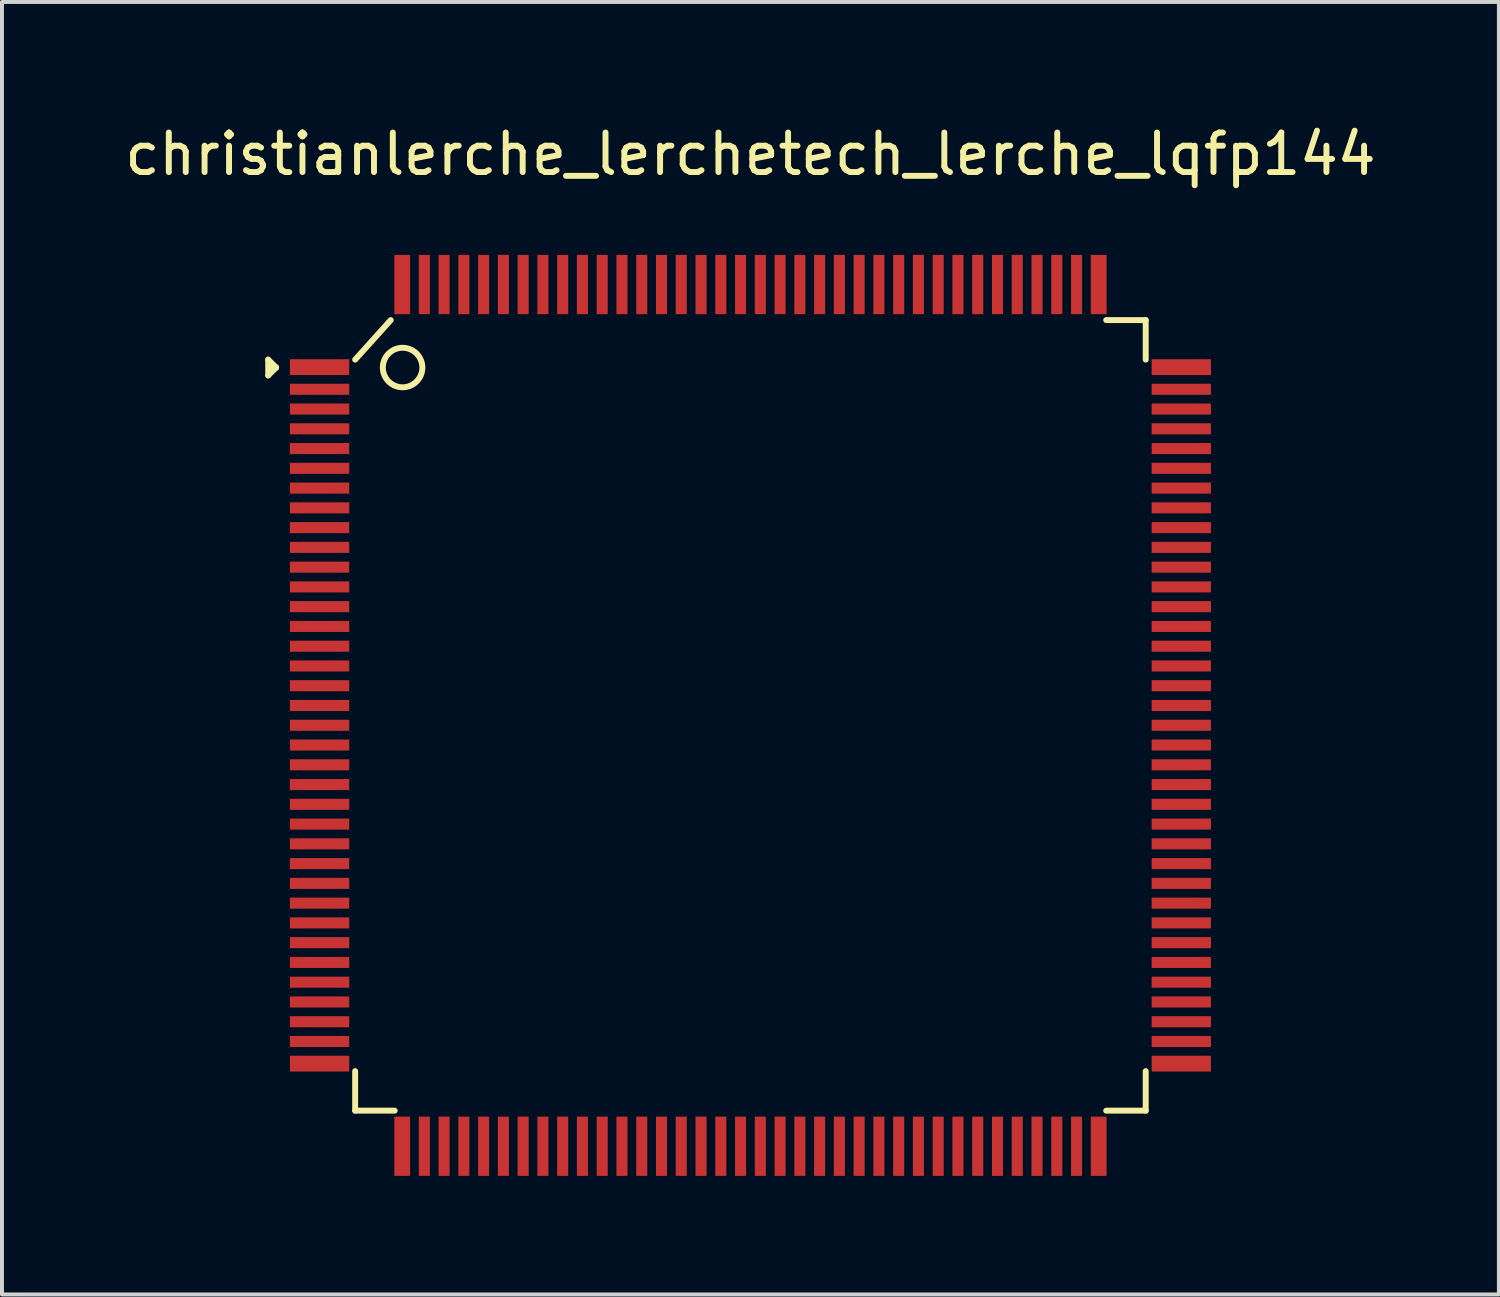
<source format=kicad_pcb>
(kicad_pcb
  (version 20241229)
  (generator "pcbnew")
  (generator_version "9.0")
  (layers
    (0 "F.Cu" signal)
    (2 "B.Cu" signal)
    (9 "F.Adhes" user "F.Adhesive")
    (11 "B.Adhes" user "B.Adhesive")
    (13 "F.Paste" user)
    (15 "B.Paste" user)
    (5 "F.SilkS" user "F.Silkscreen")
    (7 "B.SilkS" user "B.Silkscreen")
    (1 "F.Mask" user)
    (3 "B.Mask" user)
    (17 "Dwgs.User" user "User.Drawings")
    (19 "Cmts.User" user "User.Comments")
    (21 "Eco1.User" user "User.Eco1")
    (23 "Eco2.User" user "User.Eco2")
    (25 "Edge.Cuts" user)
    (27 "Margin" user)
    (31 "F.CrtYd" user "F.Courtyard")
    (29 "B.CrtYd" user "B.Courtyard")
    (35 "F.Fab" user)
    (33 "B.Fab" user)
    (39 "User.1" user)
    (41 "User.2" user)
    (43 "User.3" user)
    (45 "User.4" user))
  (footprint "christianlerche_lerchetech_lerche_lqfp144"
    (layer "F.Cu")
    (at 15.935 15.048)
    (property "Reference" "christianlerche_lerchetech_lerche_lqfp144" (at 0 -14.2 0) (layer "F.SilkS") (effects (font (size 1 1) (thickness 0.15))))
    (attr through_hole)
    (fp_line (start -12.2 -9) (end -12.2 -8.6) (stroke (width 0.15) (type solid)) (layer "F.SilkS"))
    (fp_line (start -12.2 -8.6) (end -12 -8.8) (stroke (width 0.15) (type solid)) (layer "F.SilkS"))
    (fp_line (start -12 -8.8) (end -12.2 -9) (stroke (width 0.15) (type solid)) (layer "F.SilkS"))
    (fp_line (start -12 -8.8) (end -12.1 -8.8) (stroke (width 0.15) (type solid)) (layer "F.SilkS"))
    (fp_line (start -10 -9) (end -9.1 -10) (stroke (width 0.15) (type solid)) (layer "F.SilkS"))
    (fp_line (start -10 10) (end -10 9) (stroke (width 0.15) (type solid)) (layer "F.SilkS"))
    (fp_line (start -10 10) (end -9 10) (stroke (width 0.15) (type solid)) (layer "F.SilkS"))
    (fp_line (start 9 10) (end 10 10) (stroke (width 0.15) (type solid)) (layer "F.SilkS"))
    (fp_line (start 10 -10) (end 9 -10) (stroke (width 0.15) (type solid)) (layer "F.SilkS"))
    (fp_line (start 10 -9) (end 10 -10) (stroke (width 0.15) (type solid)) (layer "F.SilkS"))
    (fp_line (start 10 10) (end 10 9) (stroke (width 0.15) (type solid)) (layer "F.SilkS"))
    (fp_circle (center -8.8 -8.8) (end -8.8 -8.3) (stroke (width 0.15) (type solid)) (fill no) (layer "F.SilkS"))
    (pad "1" smd rect (at -10.9 -8.81) (size 1.5 0.4) (layers "F.Cu" "F.Mask" "F.Paste"))
    (pad "2" smd rect (at -10.9 -8.25) (size 1.5 0.28) (layers "F.Cu" "F.Mask" "F.Paste"))
    (pad "3" smd rect (at -10.9 -7.75) (size 1.5 0.28) (layers "F.Cu" "F.Mask" "F.Paste"))
    (pad "4" smd rect (at -10.9 -7.25) (size 1.5 0.28) (layers "F.Cu" "F.Mask" "F.Paste"))
    (pad "5" smd rect (at -10.9 -6.75) (size 1.5 0.28) (layers "F.Cu" "F.Mask" "F.Paste"))
    (pad "6" smd rect (at -10.9 -6.25) (size 1.5 0.28) (layers "F.Cu" "F.Mask" "F.Paste"))
    (pad "7" smd rect (at -10.9 -5.75) (size 1.5 0.28) (layers "F.Cu" "F.Mask" "F.Paste"))
    (pad "8" smd rect (at -10.9 -5.25) (size 1.5 0.28) (layers "F.Cu" "F.Mask" "F.Paste"))
    (pad "9" smd rect (at -10.9 -4.75) (size 1.5 0.28) (layers "F.Cu" "F.Mask" "F.Paste"))
    (pad "10" smd rect (at -10.9 -4.25) (size 1.5 0.28) (layers "F.Cu" "F.Mask" "F.Paste"))
    (pad "11" smd rect (at -10.9 -3.75) (size 1.5 0.28) (layers "F.Cu" "F.Mask" "F.Paste"))
    (pad "12" smd rect (at -10.9 -3.25) (size 1.5 0.28) (layers "F.Cu" "F.Mask" "F.Paste"))
    (pad "13" smd rect (at -10.9 -2.75) (size 1.5 0.28) (layers "F.Cu" "F.Mask" "F.Paste"))
    (pad "14" smd rect (at -10.9 -2.25) (size 1.5 0.28) (layers "F.Cu" "F.Mask" "F.Paste"))
    (pad "15" smd rect (at -10.9 -1.75) (size 1.5 0.28) (layers "F.Cu" "F.Mask" "F.Paste"))
    (pad "16" smd rect (at -10.9 -1.25) (size 1.5 0.28) (layers "F.Cu" "F.Mask" "F.Paste"))
    (pad "17" smd rect (at -10.9 -0.75) (size 1.5 0.28) (layers "F.Cu" "F.Mask" "F.Paste"))
    (pad "18" smd rect (at -10.9 -0.25) (size 1.5 0.28) (layers "F.Cu" "F.Mask" "F.Paste"))
    (pad "19" smd rect (at -10.9 0.25 180) (size 1.5 0.28) (layers "F.Cu" "F.Mask" "F.Paste"))
    (pad "20" smd rect (at -10.9 0.75 180) (size 1.5 0.28) (layers "F.Cu" "F.Mask" "F.Paste"))
    (pad "21" smd rect (at -10.9 1.25 180) (size 1.5 0.28) (layers "F.Cu" "F.Mask" "F.Paste"))
    (pad "22" smd rect (at -10.9 1.75 180) (size 1.5 0.28) (layers "F.Cu" "F.Mask" "F.Paste"))
    (pad "23" smd rect (at -10.9 2.25 180) (size 1.5 0.28) (layers "F.Cu" "F.Mask" "F.Paste"))
    (pad "24" smd rect (at -10.9 2.75 180) (size 1.5 0.28) (layers "F.Cu" "F.Mask" "F.Paste"))
    (pad "25" smd rect (at -10.9 3.25 180) (size 1.5 0.28) (layers "F.Cu" "F.Mask" "F.Paste"))
    (pad "26" smd rect (at -10.9 3.75 180) (size 1.5 0.28) (layers "F.Cu" "F.Mask" "F.Paste"))
    (pad "27" smd rect (at -10.9 4.25 180) (size 1.5 0.28) (layers "F.Cu" "F.Mask" "F.Paste"))
    (pad "28" smd rect (at -10.9 4.75 180) (size 1.5 0.28) (layers "F.Cu" "F.Mask" "F.Paste"))
    (pad "29" smd rect (at -10.9 5.25 180) (size 1.5 0.28) (layers "F.Cu" "F.Mask" "F.Paste"))
    (pad "30" smd rect (at -10.9 5.75 180) (size 1.5 0.28) (layers "F.Cu" "F.Mask" "F.Paste"))
    (pad "31" smd rect (at -10.9 6.25 180) (size 1.5 0.28) (layers "F.Cu" "F.Mask" "F.Paste"))
    (pad "32" smd rect (at -10.9 6.75 180) (size 1.5 0.28) (layers "F.Cu" "F.Mask" "F.Paste"))
    (pad "33" smd rect (at -10.9 7.25 180) (size 1.5 0.28) (layers "F.Cu" "F.Mask" "F.Paste"))
    (pad "34" smd rect (at -10.9 7.75 180) (size 1.5 0.28) (layers "F.Cu" "F.Mask" "F.Paste"))
    (pad "35" smd rect (at -10.9 8.25 180) (size 1.5 0.28) (layers "F.Cu" "F.Mask" "F.Paste"))
    (pad "36" smd rect (at -10.9 8.81 180) (size 1.5 0.4) (layers "F.Cu" "F.Mask" "F.Paste"))
    (pad "37" smd rect (at -8.81 10.9 90) (size 1.5 0.4) (layers "F.Cu" "F.Mask" "F.Paste"))
    (pad "38" smd rect (at -8.25 10.9 90) (size 1.5 0.28) (layers "F.Cu" "F.Mask" "F.Paste"))
    (pad "39" smd rect (at -7.75 10.9 90) (size 1.5 0.28) (layers "F.Cu" "F.Mask" "F.Paste"))
    (pad "40" smd rect (at -7.25 10.9 90) (size 1.5 0.28) (layers "F.Cu" "F.Mask" "F.Paste"))
    (pad "41" smd rect (at -6.75 10.9 90) (size 1.5 0.28) (layers "F.Cu" "F.Mask" "F.Paste"))
    (pad "42" smd rect (at -6.25 10.9 90) (size 1.5 0.28) (layers "F.Cu" "F.Mask" "F.Paste"))
    (pad "43" smd rect (at -5.75 10.9 90) (size 1.5 0.28) (layers "F.Cu" "F.Mask" "F.Paste"))
    (pad "44" smd rect (at -5.25 10.9 90) (size 1.5 0.28) (layers "F.Cu" "F.Mask" "F.Paste"))
    (pad "45" smd rect (at -4.75 10.9 90) (size 1.5 0.28) (layers "F.Cu" "F.Mask" "F.Paste"))
    (pad "46" smd rect (at -4.25 10.9 90) (size 1.5 0.28) (layers "F.Cu" "F.Mask" "F.Paste"))
    (pad "47" smd rect (at -3.75 10.9 90) (size 1.5 0.28) (layers "F.Cu" "F.Mask" "F.Paste"))
    (pad "48" smd rect (at -3.25 10.9 90) (size 1.5 0.28) (layers "F.Cu" "F.Mask" "F.Paste"))
    (pad "49" smd rect (at -2.75 10.9 90) (size 1.5 0.28) (layers "F.Cu" "F.Mask" "F.Paste"))
    (pad "50" smd rect (at -2.25 10.9 90) (size 1.5 0.28) (layers "F.Cu" "F.Mask" "F.Paste"))
    (pad "51" smd rect (at -1.75 10.9 90) (size 1.5 0.28) (layers "F.Cu" "F.Mask" "F.Paste"))
    (pad "52" smd rect (at -1.25 10.9 90) (size 1.5 0.28) (layers "F.Cu" "F.Mask" "F.Paste"))
    (pad "53" smd rect (at -0.75 10.9 90) (size 1.5 0.28) (layers "F.Cu" "F.Mask" "F.Paste"))
    (pad "54" smd rect (at -0.25 10.9 90) (size 1.5 0.28) (layers "F.Cu" "F.Mask" "F.Paste"))
    (pad "55" smd rect (at 0.25 10.9 270) (size 1.5 0.28) (layers "F.Cu" "F.Mask" "F.Paste"))
    (pad "56" smd rect (at 0.75 10.9 270) (size 1.5 0.28) (layers "F.Cu" "F.Mask" "F.Paste"))
    (pad "57" smd rect (at 1.25 10.9 270) (size 1.5 0.28) (layers "F.Cu" "F.Mask" "F.Paste"))
    (pad "58" smd rect (at 1.75 10.9 270) (size 1.5 0.28) (layers "F.Cu" "F.Mask" "F.Paste"))
    (pad "59" smd rect (at 2.25 10.9 270) (size 1.5 0.28) (layers "F.Cu" "F.Mask" "F.Paste"))
    (pad "60" smd rect (at 2.75 10.9 270) (size 1.5 0.28) (layers "F.Cu" "F.Mask" "F.Paste"))
    (pad "61" smd rect (at 3.25 10.9 270) (size 1.5 0.28) (layers "F.Cu" "F.Mask" "F.Paste"))
    (pad "62" smd rect (at 3.75 10.9 270) (size 1.5 0.28) (layers "F.Cu" "F.Mask" "F.Paste"))
    (pad "63" smd rect (at 4.25 10.9 270) (size 1.5 0.28) (layers "F.Cu" "F.Mask" "F.Paste"))
    (pad "64" smd rect (at 4.75 10.9 270) (size 1.5 0.28) (layers "F.Cu" "F.Mask" "F.Paste"))
    (pad "65" smd rect (at 5.25 10.9 270) (size 1.5 0.28) (layers "F.Cu" "F.Mask" "F.Paste"))
    (pad "66" smd rect (at 5.75 10.9 270) (size 1.5 0.28) (layers "F.Cu" "F.Mask" "F.Paste"))
    (pad "67" smd rect (at 6.25 10.9 270) (size 1.5 0.28) (layers "F.Cu" "F.Mask" "F.Paste"))
    (pad "68" smd rect (at 6.75 10.9 270) (size 1.5 0.28) (layers "F.Cu" "F.Mask" "F.Paste"))
    (pad "69" smd rect (at 7.25 10.9 270) (size 1.5 0.28) (layers "F.Cu" "F.Mask" "F.Paste"))
    (pad "70" smd rect (at 7.75 10.9 270) (size 1.5 0.28) (layers "F.Cu" "F.Mask" "F.Paste"))
    (pad "71" smd rect (at 8.25 10.9 270) (size 1.5 0.28) (layers "F.Cu" "F.Mask" "F.Paste"))
    (pad "72" smd rect (at 8.81 10.9 270) (size 1.5 0.4) (layers "F.Cu" "F.Mask" "F.Paste"))
    (pad "73" smd rect (at 10.9 8.81 180) (size 1.5 0.4) (layers "F.Cu" "F.Mask" "F.Paste"))
    (pad "74" smd rect (at 10.9 8.25 180) (size 1.5 0.28) (layers "F.Cu" "F.Mask" "F.Paste"))
    (pad "75" smd rect (at 10.9 7.75 180) (size 1.5 0.28) (layers "F.Cu" "F.Mask" "F.Paste"))
    (pad "76" smd rect (at 10.9 7.25 180) (size 1.5 0.28) (layers "F.Cu" "F.Mask" "F.Paste"))
    (pad "77" smd rect (at 10.9 6.75 180) (size 1.5 0.28) (layers "F.Cu" "F.Mask" "F.Paste"))
    (pad "78" smd rect (at 10.9 6.25 180) (size 1.5 0.28) (layers "F.Cu" "F.Mask" "F.Paste"))
    (pad "79" smd rect (at 10.9 5.75 180) (size 1.5 0.28) (layers "F.Cu" "F.Mask" "F.Paste"))
    (pad "80" smd rect (at 10.9 5.25 180) (size 1.5 0.28) (layers "F.Cu" "F.Mask" "F.Paste"))
    (pad "81" smd rect (at 10.9 4.75 180) (size 1.5 0.28) (layers "F.Cu" "F.Mask" "F.Paste"))
    (pad "82" smd rect (at 10.9 4.25 180) (size 1.5 0.28) (layers "F.Cu" "F.Mask" "F.Paste"))
    (pad "83" smd rect (at 10.9 3.75 180) (size 1.5 0.28) (layers "F.Cu" "F.Mask" "F.Paste"))
    (pad "84" smd rect (at 10.9 3.25 180) (size 1.5 0.28) (layers "F.Cu" "F.Mask" "F.Paste"))
    (pad "85" smd rect (at 10.9 2.75 180) (size 1.5 0.28) (layers "F.Cu" "F.Mask" "F.Paste"))
    (pad "86" smd rect (at 10.9 2.25 180) (size 1.5 0.28) (layers "F.Cu" "F.Mask" "F.Paste"))
    (pad "87" smd rect (at 10.9 1.75 180) (size 1.5 0.28) (layers "F.Cu" "F.Mask" "F.Paste"))
    (pad "88" smd rect (at 10.9 1.25 180) (size 1.5 0.28) (layers "F.Cu" "F.Mask" "F.Paste"))
    (pad "89" smd rect (at 10.9 0.75 180) (size 1.5 0.28) (layers "F.Cu" "F.Mask" "F.Paste"))
    (pad "90" smd rect (at 10.9 0.25 180) (size 1.5 0.28) (layers "F.Cu" "F.Mask" "F.Paste"))
    (pad "91" smd rect (at 10.9 -0.25) (size 1.5 0.28) (layers "F.Cu" "F.Mask" "F.Paste"))
    (pad "92" smd rect (at 10.9 -0.75) (size 1.5 0.28) (layers "F.Cu" "F.Mask" "F.Paste"))
    (pad "93" smd rect (at 10.9 -1.25) (size 1.5 0.28) (layers "F.Cu" "F.Mask" "F.Paste"))
    (pad "94" smd rect (at 10.9 -1.75) (size 1.5 0.28) (layers "F.Cu" "F.Mask" "F.Paste"))
    (pad "95" smd rect (at 10.9 -2.25) (size 1.5 0.28) (layers "F.Cu" "F.Mask" "F.Paste"))
    (pad "96" smd rect (at 10.9 -2.75) (size 1.5 0.28) (layers "F.Cu" "F.Mask" "F.Paste"))
    (pad "97" smd rect (at 10.9 -3.25) (size 1.5 0.28) (layers "F.Cu" "F.Mask" "F.Paste"))
    (pad "98" smd rect (at 10.9 -3.75) (size 1.5 0.28) (layers "F.Cu" "F.Mask" "F.Paste"))
    (pad "99" smd rect (at 10.9 -4.25) (size 1.5 0.28) (layers "F.Cu" "F.Mask" "F.Paste"))
    (pad "100" smd rect (at 10.9 -4.75) (size 1.5 0.28) (layers "F.Cu" "F.Mask" "F.Paste"))
    (pad "101" smd rect (at 10.9 -5.25) (size 1.5 0.28) (layers "F.Cu" "F.Mask" "F.Paste"))
    (pad "102" smd rect (at 10.9 -5.75) (size 1.5 0.28) (layers "F.Cu" "F.Mask" "F.Paste"))
    (pad "103" smd rect (at 10.9 -6.25) (size 1.5 0.28) (layers "F.Cu" "F.Mask" "F.Paste"))
    (pad "104" smd rect (at 10.9 -6.75) (size 1.5 0.28) (layers "F.Cu" "F.Mask" "F.Paste"))
    (pad "105" smd rect (at 10.9 -7.25) (size 1.5 0.28) (layers "F.Cu" "F.Mask" "F.Paste"))
    (pad "106" smd rect (at 10.9 -7.75) (size 1.5 0.28) (layers "F.Cu" "F.Mask" "F.Paste"))
    (pad "107" smd rect (at 10.9 -8.25) (size 1.5 0.28) (layers "F.Cu" "F.Mask" "F.Paste"))
    (pad "108" smd rect (at 10.9 -8.81) (size 1.5 0.4) (layers "F.Cu" "F.Mask" "F.Paste"))
    (pad "109" smd rect (at 8.81 -10.9 270) (size 1.5 0.4) (layers "F.Cu" "F.Mask" "F.Paste"))
    (pad "110" smd rect (at 8.25 -10.9 270) (size 1.5 0.28) (layers "F.Cu" "F.Mask" "F.Paste"))
    (pad "111" smd rect (at 7.75 -10.9 270) (size 1.5 0.28) (layers "F.Cu" "F.Mask" "F.Paste"))
    (pad "112" smd rect (at 7.25 -10.9 270) (size 1.5 0.28) (layers "F.Cu" "F.Mask" "F.Paste"))
    (pad "113" smd rect (at 6.75 -10.9 270) (size 1.5 0.28) (layers "F.Cu" "F.Mask" "F.Paste"))
    (pad "114" smd rect (at 6.25 -10.9 270) (size 1.5 0.28) (layers "F.Cu" "F.Mask" "F.Paste"))
    (pad "115" smd rect (at 5.75 -10.9 270) (size 1.5 0.28) (layers "F.Cu" "F.Mask" "F.Paste"))
    (pad "116" smd rect (at 5.25 -10.9 270) (size 1.5 0.28) (layers "F.Cu" "F.Mask" "F.Paste"))
    (pad "117" smd rect (at 4.75 -10.9 270) (size 1.5 0.28) (layers "F.Cu" "F.Mask" "F.Paste"))
    (pad "118" smd rect (at 4.25 -10.9 270) (size 1.5 0.28) (layers "F.Cu" "F.Mask" "F.Paste"))
    (pad "119" smd rect (at 3.75 -10.9 270) (size 1.5 0.28) (layers "F.Cu" "F.Mask" "F.Paste"))
    (pad "120" smd rect (at 3.25 -10.9 270) (size 1.5 0.28) (layers "F.Cu" "F.Mask" "F.Paste"))
    (pad "121" smd rect (at 2.75 -10.9 270) (size 1.5 0.28) (layers "F.Cu" "F.Mask" "F.Paste"))
    (pad "122" smd rect (at 2.25 -10.9 270) (size 1.5 0.28) (layers "F.Cu" "F.Mask" "F.Paste"))
    (pad "123" smd rect (at 1.75 -10.9 270) (size 1.5 0.28) (layers "F.Cu" "F.Mask" "F.Paste"))
    (pad "124" smd rect (at 1.25 -10.9 270) (size 1.5 0.28) (layers "F.Cu" "F.Mask" "F.Paste"))
    (pad "125" smd rect (at 0.75 -10.9 270) (size 1.5 0.28) (layers "F.Cu" "F.Mask" "F.Paste"))
    (pad "126" smd rect (at 0.25 -10.9 270) (size 1.5 0.28) (layers "F.Cu" "F.Mask" "F.Paste"))
    (pad "127" smd rect (at -0.25 -10.9 90) (size 1.5 0.28) (layers "F.Cu" "F.Mask" "F.Paste"))
    (pad "128" smd rect (at -0.75 -10.9 90) (size 1.5 0.28) (layers "F.Cu" "F.Mask" "F.Paste"))
    (pad "129" smd rect (at -1.25 -10.9 90) (size 1.5 0.28) (layers "F.Cu" "F.Mask" "F.Paste"))
    (pad "130" smd rect (at -1.75 -10.9 90) (size 1.5 0.28) (layers "F.Cu" "F.Mask" "F.Paste"))
    (pad "131" smd rect (at -2.25 -10.9 90) (size 1.5 0.28) (layers "F.Cu" "F.Mask" "F.Paste"))
    (pad "132" smd rect (at -2.75 -10.9 90) (size 1.5 0.28) (layers "F.Cu" "F.Mask" "F.Paste"))
    (pad "133" smd rect (at -3.25 -10.9 90) (size 1.5 0.28) (layers "F.Cu" "F.Mask" "F.Paste"))
    (pad "134" smd rect (at -3.75 -10.9 90) (size 1.5 0.28) (layers "F.Cu" "F.Mask" "F.Paste"))
    (pad "135" smd rect (at -4.25 -10.9 90) (size 1.5 0.28) (layers "F.Cu" "F.Mask" "F.Paste"))
    (pad "136" smd rect (at -4.75 -10.9 90) (size 1.5 0.28) (layers "F.Cu" "F.Mask" "F.Paste"))
    (pad "137" smd rect (at -5.25 -10.9 90) (size 1.5 0.28) (layers "F.Cu" "F.Mask" "F.Paste"))
    (pad "138" smd rect (at -5.75 -10.9 90) (size 1.5 0.28) (layers "F.Cu" "F.Mask" "F.Paste"))
    (pad "139" smd rect (at -6.25 -10.9 90) (size 1.5 0.28) (layers "F.Cu" "F.Mask" "F.Paste"))
    (pad "140" smd rect (at -6.75 -10.9 90) (size 1.5 0.28) (layers "F.Cu" "F.Mask" "F.Paste"))
    (pad "141" smd rect (at -7.25 -10.9 90) (size 1.5 0.28) (layers "F.Cu" "F.Mask" "F.Paste"))
    (pad "142" smd rect (at -7.75 -10.9 90) (size 1.5 0.28) (layers "F.Cu" "F.Mask" "F.Paste"))
    (pad "143" smd rect (at -8.25 -10.9 90) (size 1.5 0.28) (layers "F.Cu" "F.Mask" "F.Paste"))
    (pad "144" smd rect (at -8.81 -10.9 90) (size 1.5 0.4) (layers "F.Cu" "F.Mask" "F.Paste")))
  (gr_rect
    (start -3 -3)
    (end 34.869 29.698)
    (stroke (width 0.1) (type default))
    (fill no)
    (layer "Edge.Cuts")))
</source>
